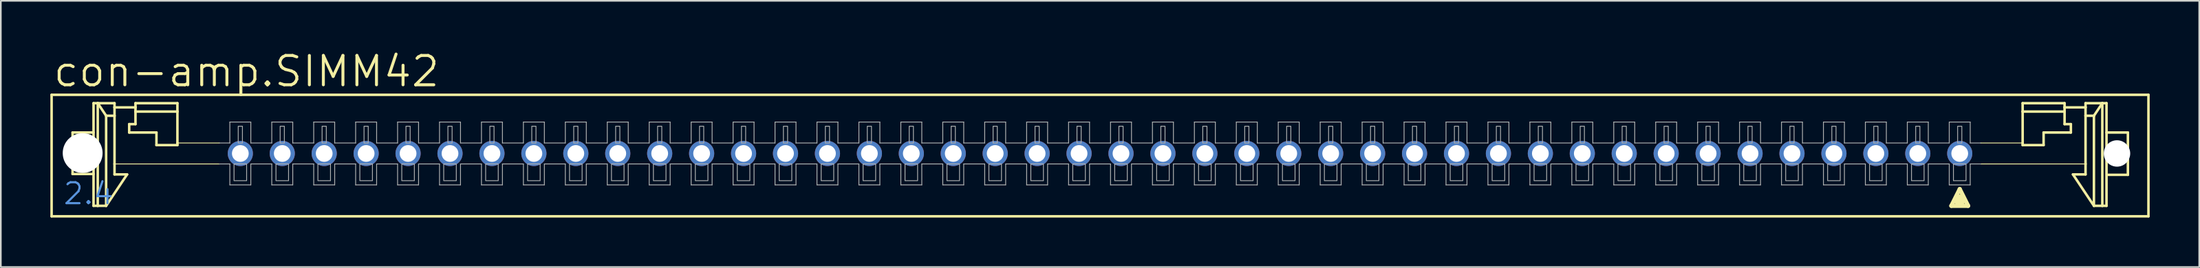
<source format=kicad_pcb>
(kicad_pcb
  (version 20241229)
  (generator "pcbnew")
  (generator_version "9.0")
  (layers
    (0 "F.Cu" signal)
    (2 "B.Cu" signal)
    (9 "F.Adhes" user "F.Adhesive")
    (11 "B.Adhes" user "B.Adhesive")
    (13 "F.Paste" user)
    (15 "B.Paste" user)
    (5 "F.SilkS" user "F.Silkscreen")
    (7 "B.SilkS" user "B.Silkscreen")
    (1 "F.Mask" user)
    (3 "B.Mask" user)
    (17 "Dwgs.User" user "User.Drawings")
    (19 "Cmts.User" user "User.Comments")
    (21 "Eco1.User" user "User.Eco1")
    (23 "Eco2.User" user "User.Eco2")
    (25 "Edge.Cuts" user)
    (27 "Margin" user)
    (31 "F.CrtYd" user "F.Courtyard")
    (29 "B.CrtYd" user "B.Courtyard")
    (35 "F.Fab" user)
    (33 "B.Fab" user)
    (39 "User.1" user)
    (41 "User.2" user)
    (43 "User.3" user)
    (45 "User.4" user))
  (footprint "con-amp.SIMM42"
    (layer "F.Cu")
    (at 63.576 6.255)
    (property "Reference" "con-amp.SIMM42" (at -63.5 -3.937 0) (layer "F.SilkS") (effects (font (size 1.778 1.778) (thickness 0.18)) (justify left bottom)))
    (attr through_hole)
    (fp_line (start -63.5 -3.556) (end -63.5 3.81) (stroke (width 0.152) (type default)) (layer "F.SilkS"))
    (fp_line (start -63.5 3.81) (end 63.5 3.81) (stroke (width 0.152) (type default)) (layer "F.SilkS"))
    (fp_line (start -62.23 -1.27) (end -62.23 1.245) (stroke (width 0.152) (type default)) (layer "F.SilkS"))
    (fp_line (start -62.23 1.245) (end -60.96 1.245) (stroke (width 0.152) (type default)) (layer "F.SilkS"))
    (fp_line (start -60.96 -3.048) (end -60.96 3.175) (stroke (width 0.152) (type default)) (layer "F.SilkS"))
    (fp_line (start -60.96 -3.048) (end -60.706 -3.048) (stroke (width 0.152) (type default)) (layer "F.SilkS"))
    (fp_line (start -60.96 -1.27) (end -62.23 -1.27) (stroke (width 0.152) (type default)) (layer "F.SilkS"))
    (fp_line (start -60.706 -3.048) (end -60.706 3.175) (stroke (width 0.152) (type default)) (layer "F.SilkS"))
    (fp_line (start -60.706 -3.048) (end -60.198 -2.286) (stroke (width 0.152) (type default)) (layer "F.SilkS"))
    (fp_line (start -60.706 -3.048) (end -59.69 -3.048) (stroke (width 0.152) (type default)) (layer "F.SilkS"))
    (fp_line (start -60.706 3.175) (end -60.96 3.175) (stroke (width 0.152) (type default)) (layer "F.SilkS"))
    (fp_line (start -60.198 3.175) (end -60.706 3.175) (stroke (width 0.152) (type default)) (layer "F.SilkS"))
    (fp_line (start -60.198 3.175) (end -60.198 -2.286) (stroke (width 0.152) (type default)) (layer "F.SilkS"))
    (fp_line (start -59.69 -3.048) (end -59.69 -2.794) (stroke (width 0.152) (type default)) (layer "F.SilkS"))
    (fp_line (start -59.69 -2.794) (end -59.69 -2.286) (stroke (width 0.152) (type default)) (layer "F.SilkS"))
    (fp_line (start -59.69 -2.794) (end -58.42 -2.794) (stroke (width 0.152) (type default)) (layer "F.SilkS"))
    (fp_line (start -59.69 -2.286) (end -60.198 -2.286) (stroke (width 0.152) (type default)) (layer "F.SilkS"))
    (fp_line (start -59.69 0.635) (end -59.69 -2.286) (stroke (width 0.152) (type default)) (layer "F.SilkS"))
    (fp_line (start -59.69 1.27) (end -59.69 0.635) (stroke (width 0.152) (type default)) (layer "F.SilkS"))
    (fp_line (start -59.69 1.27) (end -58.928 1.27) (stroke (width 0.152) (type default)) (layer "F.SilkS"))
    (fp_line (start -58.928 1.27) (end -60.198 3.175) (stroke (width 0.152) (type default)) (layer "F.SilkS"))
    (fp_line (start -58.801 -1.778) (end -58.42 -1.778) (stroke (width 0.152) (type default)) (layer "F.SilkS"))
    (fp_line (start -58.801 -1.27) (end -58.801 -1.778) (stroke (width 0.152) (type default)) (layer "F.SilkS"))
    (fp_line (start -58.42 -3.048) (end -55.88 -3.048) (stroke (width 0.152) (type default)) (layer "F.SilkS"))
    (fp_line (start -58.42 -2.794) (end -58.42 -3.048) (stroke (width 0.152) (type default)) (layer "F.SilkS"))
    (fp_line (start -58.42 -2.54) (end -58.42 -2.794) (stroke (width 0.152) (type default)) (layer "F.SilkS"))
    (fp_line (start -58.42 -2.54) (end -55.88 -2.54) (stroke (width 0.152) (type default)) (layer "F.SilkS"))
    (fp_line (start -58.42 -1.778) (end -58.42 -2.54) (stroke (width 0.152) (type default)) (layer "F.SilkS"))
    (fp_line (start -57.15 -1.27) (end -58.801 -1.27) (stroke (width 0.152) (type default)) (layer "F.SilkS"))
    (fp_line (start -57.15 -0.508) (end -57.15 -1.27) (stroke (width 0.152) (type default)) (layer "F.SilkS"))
    (fp_line (start -55.88 -3.048) (end -55.88 -2.54) (stroke (width 0.152) (type default)) (layer "F.SilkS"))
    (fp_line (start -55.88 -2.54) (end -55.88 -0.635) (stroke (width 0.152) (type default)) (layer "F.SilkS"))
    (fp_line (start -55.88 -0.635) (end -55.88 -0.508) (stroke (width 0.152) (type default)) (layer "F.SilkS"))
    (fp_line (start -55.88 -0.635) (end -53.34 -0.635) (stroke (width 0.051) (type default)) (layer "F.SilkS"))
    (fp_line (start -55.88 -0.508) (end -57.15 -0.508) (stroke (width 0.152) (type default)) (layer "F.SilkS"))
    (fp_line (start -53.34 0.635) (end -59.69 0.635) (stroke (width 0.051) (type default)) (layer "F.SilkS"))
    (fp_line (start 51.562 3.175) (end 52.578 3.175) (stroke (width 0.254) (type default)) (layer "F.SilkS"))
    (fp_line (start 52.07 2.159) (end 51.562 3.175) (stroke (width 0.254) (type default)) (layer "F.SilkS"))
    (fp_line (start 52.07 2.794) (end 52.07 2.921) (stroke (width 0.61) (type default)) (layer "F.SilkS"))
    (fp_line (start 52.578 3.175) (end 52.07 2.159) (stroke (width 0.254) (type default)) (layer "F.SilkS"))
    (fp_line (start 53.34 0.635) (end 59.69 0.635) (stroke (width 0.051) (type default)) (layer "F.SilkS"))
    (fp_line (start 55.88 -3.048) (end 55.88 -2.54) (stroke (width 0.152) (type default)) (layer "F.SilkS"))
    (fp_line (start 55.88 -2.54) (end 55.88 -0.635) (stroke (width 0.152) (type default)) (layer "F.SilkS"))
    (fp_line (start 55.88 -0.635) (end 53.34 -0.635) (stroke (width 0.051) (type default)) (layer "F.SilkS"))
    (fp_line (start 55.88 -0.635) (end 55.88 -0.508) (stroke (width 0.152) (type default)) (layer "F.SilkS"))
    (fp_line (start 55.88 -0.508) (end 57.15 -0.508) (stroke (width 0.152) (type default)) (layer "F.SilkS"))
    (fp_line (start 57.15 -1.27) (end 58.801 -1.27) (stroke (width 0.152) (type default)) (layer "F.SilkS"))
    (fp_line (start 57.15 -0.508) (end 57.15 -1.27) (stroke (width 0.152) (type default)) (layer "F.SilkS"))
    (fp_line (start 58.42 -3.048) (end 55.88 -3.048) (stroke (width 0.152) (type default)) (layer "F.SilkS"))
    (fp_line (start 58.42 -2.794) (end 58.42 -3.048) (stroke (width 0.152) (type default)) (layer "F.SilkS"))
    (fp_line (start 58.42 -2.54) (end 55.88 -2.54) (stroke (width 0.152) (type default)) (layer "F.SilkS"))
    (fp_line (start 58.42 -2.54) (end 58.42 -2.794) (stroke (width 0.152) (type default)) (layer "F.SilkS"))
    (fp_line (start 58.42 -1.778) (end 58.42 -2.54) (stroke (width 0.152) (type default)) (layer "F.SilkS"))
    (fp_line (start 58.801 -1.778) (end 58.42 -1.778) (stroke (width 0.152) (type default)) (layer "F.SilkS"))
    (fp_line (start 58.801 -1.27) (end 58.801 -1.778) (stroke (width 0.152) (type default)) (layer "F.SilkS"))
    (fp_line (start 58.928 1.27) (end 60.198 3.175) (stroke (width 0.152) (type default)) (layer "F.SilkS"))
    (fp_line (start 59.69 -3.048) (end 59.69 -2.794) (stroke (width 0.152) (type default)) (layer "F.SilkS"))
    (fp_line (start 59.69 -2.794) (end 58.42 -2.794) (stroke (width 0.152) (type default)) (layer "F.SilkS"))
    (fp_line (start 59.69 -2.794) (end 59.69 -2.286) (stroke (width 0.152) (type default)) (layer "F.SilkS"))
    (fp_line (start 59.69 -2.286) (end 59.69 0.635) (stroke (width 0.152) (type default)) (layer "F.SilkS"))
    (fp_line (start 59.69 -2.286) (end 60.198 -2.286) (stroke (width 0.152) (type default)) (layer "F.SilkS"))
    (fp_line (start 59.69 0.635) (end 59.69 1.27) (stroke (width 0.152) (type default)) (layer "F.SilkS"))
    (fp_line (start 59.69 1.27) (end 58.928 1.27) (stroke (width 0.152) (type default)) (layer "F.SilkS"))
    (fp_line (start 60.198 3.175) (end 60.198 -2.286) (stroke (width 0.152) (type default)) (layer "F.SilkS"))
    (fp_line (start 60.198 3.175) (end 60.706 3.175) (stroke (width 0.152) (type default)) (layer "F.SilkS"))
    (fp_line (start 60.706 -3.048) (end 59.69 -3.048) (stroke (width 0.152) (type default)) (layer "F.SilkS"))
    (fp_line (start 60.706 -3.048) (end 60.198 -2.286) (stroke (width 0.152) (type default)) (layer "F.SilkS"))
    (fp_line (start 60.706 -3.048) (end 60.706 3.175) (stroke (width 0.152) (type default)) (layer "F.SilkS"))
    (fp_line (start 60.706 3.175) (end 60.96 3.175) (stroke (width 0.152) (type default)) (layer "F.SilkS"))
    (fp_line (start 60.96 -3.048) (end 60.706 -3.048) (stroke (width 0.152) (type default)) (layer "F.SilkS"))
    (fp_line (start 60.96 -3.048) (end 60.96 3.175) (stroke (width 0.152) (type default)) (layer "F.SilkS"))
    (fp_line (start 60.96 -1.27) (end 62.255 -1.27) (stroke (width 0.152) (type default)) (layer "F.SilkS"))
    (fp_line (start 62.255 -1.27) (end 62.255 1.295) (stroke (width 0.152) (type default)) (layer "F.SilkS"))
    (fp_line (start 62.255 1.295) (end 61.062 1.295) (stroke (width 0.152) (type default)) (layer "F.SilkS"))
    (fp_line (start 63.5 -3.556) (end -63.5 -3.556) (stroke (width 0.152) (type default)) (layer "F.SilkS"))
    (fp_line (start 63.5 3.81) (end 63.5 -3.556) (stroke (width 0.152) (type default)) (layer "F.SilkS"))
    (fp_line (start -53.34 -0.635) (end -52.705 -0.635) (stroke (width 0.051) (type default)) (layer "F.Fab"))
    (fp_line (start -53.34 0.635) (end -52.705 0.635) (stroke (width 0.051) (type default)) (layer "F.Fab"))
    (fp_line (start -52.705 -1.905) (end -52.705 -0.635) (stroke (width 0.051) (type default)) (layer "F.Fab"))
    (fp_line (start -52.705 -1.905) (end -51.435 -1.905) (stroke (width 0.051) (type default)) (layer "F.Fab"))
    (fp_line (start -52.705 0.635) (end -52.705 1.905) (stroke (width 0.051) (type default)) (layer "F.Fab"))
    (fp_line (start -51.435 -1.905) (end -51.435 -0.635) (stroke (width 0.051) (type default)) (layer "F.Fab"))
    (fp_line (start -51.435 1.905) (end -52.705 1.905) (stroke (width 0.051) (type default)) (layer "F.Fab"))
    (fp_line (start -51.435 1.905) (end -51.435 0.635) (stroke (width 0.051) (type default)) (layer "F.Fab"))
    (fp_line (start -50.165 -0.635) (end -51.435 -0.635) (stroke (width 0.051) (type default)) (layer "F.Fab"))
    (fp_line (start -50.165 -0.635) (end -50.165 -1.905) (stroke (width 0.051) (type default)) (layer "F.Fab"))
    (fp_line (start -50.165 0.635) (end -51.435 0.635) (stroke (width 0.051) (type default)) (layer "F.Fab"))
    (fp_line (start -50.165 0.635) (end -50.165 1.905) (stroke (width 0.051) (type default)) (layer "F.Fab"))
    (fp_line (start -48.895 -1.905) (end -50.165 -1.905) (stroke (width 0.051) (type default)) (layer "F.Fab"))
    (fp_line (start -48.895 -1.905) (end -48.895 -0.635) (stroke (width 0.051) (type default)) (layer "F.Fab"))
    (fp_line (start -48.895 1.905) (end -50.165 1.905) (stroke (width 0.051) (type default)) (layer "F.Fab"))
    (fp_line (start -48.895 1.905) (end -48.895 0.635) (stroke (width 0.051) (type default)) (layer "F.Fab"))
    (fp_line (start -47.625 -0.635) (end -48.895 -0.635) (stroke (width 0.051) (type default)) (layer "F.Fab"))
    (fp_line (start -47.625 -0.635) (end -47.625 -1.905) (stroke (width 0.051) (type default)) (layer "F.Fab"))
    (fp_line (start -47.625 0.635) (end -48.895 0.635) (stroke (width 0.051) (type default)) (layer "F.Fab"))
    (fp_line (start -47.625 0.635) (end -47.625 1.905) (stroke (width 0.051) (type default)) (layer "F.Fab"))
    (fp_line (start -46.355 -1.905) (end -47.625 -1.905) (stroke (width 0.051) (type default)) (layer "F.Fab"))
    (fp_line (start -46.355 -1.905) (end -46.355 -0.635) (stroke (width 0.051) (type default)) (layer "F.Fab"))
    (fp_line (start -46.355 1.905) (end -47.625 1.905) (stroke (width 0.051) (type default)) (layer "F.Fab"))
    (fp_line (start -46.355 1.905) (end -46.355 0.635) (stroke (width 0.051) (type default)) (layer "F.Fab"))
    (fp_line (start -45.085 -0.635) (end -46.355 -0.635) (stroke (width 0.051) (type default)) (layer "F.Fab"))
    (fp_line (start -45.085 -0.635) (end -45.085 -1.905) (stroke (width 0.051) (type default)) (layer "F.Fab"))
    (fp_line (start -45.085 0.635) (end -46.355 0.635) (stroke (width 0.051) (type default)) (layer "F.Fab"))
    (fp_line (start -45.085 0.635) (end -45.085 1.905) (stroke (width 0.051) (type default)) (layer "F.Fab"))
    (fp_line (start -43.815 -1.905) (end -45.085 -1.905) (stroke (width 0.051) (type default)) (layer "F.Fab"))
    (fp_line (start -43.815 -1.905) (end -43.815 -0.635) (stroke (width 0.051) (type default)) (layer "F.Fab"))
    (fp_line (start -43.815 1.905) (end -45.085 1.905) (stroke (width 0.051) (type default)) (layer "F.Fab"))
    (fp_line (start -43.815 1.905) (end -43.815 0.635) (stroke (width 0.051) (type default)) (layer "F.Fab"))
    (fp_line (start -42.545 -0.635) (end -43.815 -0.635) (stroke (width 0.051) (type default)) (layer "F.Fab"))
    (fp_line (start -42.545 -0.635) (end -42.545 -1.905) (stroke (width 0.051) (type default)) (layer "F.Fab"))
    (fp_line (start -42.545 0.635) (end -43.815 0.635) (stroke (width 0.051) (type default)) (layer "F.Fab"))
    (fp_line (start -42.545 0.635) (end -42.545 1.905) (stroke (width 0.051) (type default)) (layer "F.Fab"))
    (fp_line (start -41.275 -1.905) (end -42.545 -1.905) (stroke (width 0.051) (type default)) (layer "F.Fab"))
    (fp_line (start -41.275 -1.905) (end -41.275 -0.635) (stroke (width 0.051) (type default)) (layer "F.Fab"))
    (fp_line (start -41.275 1.905) (end -42.545 1.905) (stroke (width 0.051) (type default)) (layer "F.Fab"))
    (fp_line (start -41.275 1.905) (end -41.275 0.635) (stroke (width 0.051) (type default)) (layer "F.Fab"))
    (fp_line (start -40.005 -0.635) (end -41.275 -0.635) (stroke (width 0.051) (type default)) (layer "F.Fab"))
    (fp_line (start -40.005 -0.635) (end -40.005 -1.905) (stroke (width 0.051) (type default)) (layer "F.Fab"))
    (fp_line (start -40.005 0.635) (end -41.275 0.635) (stroke (width 0.051) (type default)) (layer "F.Fab"))
    (fp_line (start -40.005 0.635) (end -40.005 1.905) (stroke (width 0.051) (type default)) (layer "F.Fab"))
    (fp_line (start -38.735 -1.905) (end -40.005 -1.905) (stroke (width 0.051) (type default)) (layer "F.Fab"))
    (fp_line (start -38.735 -1.905) (end -38.735 -0.635) (stroke (width 0.051) (type default)) (layer "F.Fab"))
    (fp_line (start -38.735 1.905) (end -40.005 1.905) (stroke (width 0.051) (type default)) (layer "F.Fab"))
    (fp_line (start -38.735 1.905) (end -38.735 0.635) (stroke (width 0.051) (type default)) (layer "F.Fab"))
    (fp_line (start -37.465 -0.635) (end -38.735 -0.635) (stroke (width 0.051) (type default)) (layer "F.Fab"))
    (fp_line (start -37.465 -0.635) (end -37.465 -1.905) (stroke (width 0.051) (type default)) (layer "F.Fab"))
    (fp_line (start -37.465 0.635) (end -38.735 0.635) (stroke (width 0.051) (type default)) (layer "F.Fab"))
    (fp_line (start -37.465 0.635) (end -37.465 1.905) (stroke (width 0.051) (type default)) (layer "F.Fab"))
    (fp_line (start -36.195 -1.905) (end -37.465 -1.905) (stroke (width 0.051) (type default)) (layer "F.Fab"))
    (fp_line (start -36.195 -1.905) (end -36.195 -0.635) (stroke (width 0.051) (type default)) (layer "F.Fab"))
    (fp_line (start -36.195 1.905) (end -37.465 1.905) (stroke (width 0.051) (type default)) (layer "F.Fab"))
    (fp_line (start -36.195 1.905) (end -36.195 0.635) (stroke (width 0.051) (type default)) (layer "F.Fab"))
    (fp_line (start -34.925 -0.635) (end -36.195 -0.635) (stroke (width 0.051) (type default)) (layer "F.Fab"))
    (fp_line (start -34.925 -0.635) (end -34.925 -1.905) (stroke (width 0.051) (type default)) (layer "F.Fab"))
    (fp_line (start -34.925 0.635) (end -36.195 0.635) (stroke (width 0.051) (type default)) (layer "F.Fab"))
    (fp_line (start -34.925 0.635) (end -34.925 1.905) (stroke (width 0.051) (type default)) (layer "F.Fab"))
    (fp_line (start -33.655 -1.905) (end -34.925 -1.905) (stroke (width 0.051) (type default)) (layer "F.Fab"))
    (fp_line (start -33.655 -1.905) (end -33.655 -0.635) (stroke (width 0.051) (type default)) (layer "F.Fab"))
    (fp_line (start -33.655 1.905) (end -34.925 1.905) (stroke (width 0.051) (type default)) (layer "F.Fab"))
    (fp_line (start -33.655 1.905) (end -33.655 0.635) (stroke (width 0.051) (type default)) (layer "F.Fab"))
    (fp_line (start -32.385 -0.635) (end -33.655 -0.635) (stroke (width 0.051) (type default)) (layer "F.Fab"))
    (fp_line (start -32.385 -0.635) (end -32.385 -1.905) (stroke (width 0.051) (type default)) (layer "F.Fab"))
    (fp_line (start -32.385 0.635) (end -33.655 0.635) (stroke (width 0.051) (type default)) (layer "F.Fab"))
    (fp_line (start -32.385 0.635) (end -32.385 1.905) (stroke (width 0.051) (type default)) (layer "F.Fab"))
    (fp_line (start -31.115 -1.905) (end -32.385 -1.905) (stroke (width 0.051) (type default)) (layer "F.Fab"))
    (fp_line (start -31.115 -1.905) (end -31.115 -0.635) (stroke (width 0.051) (type default)) (layer "F.Fab"))
    (fp_line (start -31.115 1.905) (end -32.385 1.905) (stroke (width 0.051) (type default)) (layer "F.Fab"))
    (fp_line (start -31.115 1.905) (end -31.115 0.635) (stroke (width 0.051) (type default)) (layer "F.Fab"))
    (fp_line (start -29.845 -0.635) (end -31.115 -0.635) (stroke (width 0.051) (type default)) (layer "F.Fab"))
    (fp_line (start -29.845 -0.635) (end -29.845 -1.905) (stroke (width 0.051) (type default)) (layer "F.Fab"))
    (fp_line (start -29.845 0.635) (end -31.115 0.635) (stroke (width 0.051) (type default)) (layer "F.Fab"))
    (fp_line (start -29.845 0.635) (end -29.845 1.905) (stroke (width 0.051) (type default)) (layer "F.Fab"))
    (fp_line (start -28.575 -1.905) (end -29.845 -1.905) (stroke (width 0.051) (type default)) (layer "F.Fab"))
    (fp_line (start -28.575 -1.905) (end -28.575 -0.635) (stroke (width 0.051) (type default)) (layer "F.Fab"))
    (fp_line (start -28.575 1.905) (end -29.845 1.905) (stroke (width 0.051) (type default)) (layer "F.Fab"))
    (fp_line (start -28.575 1.905) (end -28.575 0.635) (stroke (width 0.051) (type default)) (layer "F.Fab"))
    (fp_line (start -27.305 -0.635) (end -28.575 -0.635) (stroke (width 0.051) (type default)) (layer "F.Fab"))
    (fp_line (start -27.305 -0.635) (end -27.305 -1.905) (stroke (width 0.051) (type default)) (layer "F.Fab"))
    (fp_line (start -27.305 0.635) (end -28.575 0.635) (stroke (width 0.051) (type default)) (layer "F.Fab"))
    (fp_line (start -27.305 0.635) (end -27.305 1.905) (stroke (width 0.051) (type default)) (layer "F.Fab"))
    (fp_line (start -26.035 -1.905) (end -27.305 -1.905) (stroke (width 0.051) (type default)) (layer "F.Fab"))
    (fp_line (start -26.035 -1.905) (end -26.035 -0.635) (stroke (width 0.051) (type default)) (layer "F.Fab"))
    (fp_line (start -26.035 1.905) (end -27.305 1.905) (stroke (width 0.051) (type default)) (layer "F.Fab"))
    (fp_line (start -26.035 1.905) (end -26.035 0.635) (stroke (width 0.051) (type default)) (layer "F.Fab"))
    (fp_line (start -24.765 -0.635) (end -26.035 -0.635) (stroke (width 0.051) (type default)) (layer "F.Fab"))
    (fp_line (start -24.765 -0.635) (end -24.765 -1.905) (stroke (width 0.051) (type default)) (layer "F.Fab"))
    (fp_line (start -24.765 0.635) (end -26.035 0.635) (stroke (width 0.051) (type default)) (layer "F.Fab"))
    (fp_line (start -24.765 0.635) (end -24.765 1.905) (stroke (width 0.051) (type default)) (layer "F.Fab"))
    (fp_line (start -23.495 -1.905) (end -24.765 -1.905) (stroke (width 0.051) (type default)) (layer "F.Fab"))
    (fp_line (start -23.495 -1.905) (end -23.495 -0.635) (stroke (width 0.051) (type default)) (layer "F.Fab"))
    (fp_line (start -23.495 1.905) (end -24.765 1.905) (stroke (width 0.051) (type default)) (layer "F.Fab"))
    (fp_line (start -23.495 1.905) (end -23.495 0.635) (stroke (width 0.051) (type default)) (layer "F.Fab"))
    (fp_line (start -22.225 -0.635) (end -23.495 -0.635) (stroke (width 0.051) (type default)) (layer "F.Fab"))
    (fp_line (start -22.225 -0.635) (end -22.225 -1.905) (stroke (width 0.051) (type default)) (layer "F.Fab"))
    (fp_line (start -22.225 0.635) (end -23.495 0.635) (stroke (width 0.051) (type default)) (layer "F.Fab"))
    (fp_line (start -22.225 0.635) (end -22.225 1.905) (stroke (width 0.051) (type default)) (layer "F.Fab"))
    (fp_line (start -20.955 -1.905) (end -22.225 -1.905) (stroke (width 0.051) (type default)) (layer "F.Fab"))
    (fp_line (start -20.955 -1.905) (end -20.955 -0.635) (stroke (width 0.051) (type default)) (layer "F.Fab"))
    (fp_line (start -20.955 1.905) (end -22.225 1.905) (stroke (width 0.051) (type default)) (layer "F.Fab"))
    (fp_line (start -20.955 1.905) (end -20.955 0.635) (stroke (width 0.051) (type default)) (layer "F.Fab"))
    (fp_line (start -19.685 -0.635) (end -20.955 -0.635) (stroke (width 0.051) (type default)) (layer "F.Fab"))
    (fp_line (start -19.685 -0.635) (end -19.685 -1.905) (stroke (width 0.051) (type default)) (layer "F.Fab"))
    (fp_line (start -19.685 0.635) (end -20.955 0.635) (stroke (width 0.051) (type default)) (layer "F.Fab"))
    (fp_line (start -19.685 0.635) (end -19.685 1.905) (stroke (width 0.051) (type default)) (layer "F.Fab"))
    (fp_line (start -18.415 -1.905) (end -19.685 -1.905) (stroke (width 0.051) (type default)) (layer "F.Fab"))
    (fp_line (start -18.415 -1.905) (end -18.415 -0.635) (stroke (width 0.051) (type default)) (layer "F.Fab"))
    (fp_line (start -18.415 1.905) (end -19.685 1.905) (stroke (width 0.051) (type default)) (layer "F.Fab"))
    (fp_line (start -18.415 1.905) (end -18.415 0.635) (stroke (width 0.051) (type default)) (layer "F.Fab"))
    (fp_line (start -17.145 -0.635) (end -18.415 -0.635) (stroke (width 0.051) (type default)) (layer "F.Fab"))
    (fp_line (start -17.145 -0.635) (end -17.145 -1.905) (stroke (width 0.051) (type default)) (layer "F.Fab"))
    (fp_line (start -17.145 0.635) (end -18.415 0.635) (stroke (width 0.051) (type default)) (layer "F.Fab"))
    (fp_line (start -17.145 0.635) (end -17.145 1.905) (stroke (width 0.051) (type default)) (layer "F.Fab"))
    (fp_line (start -15.875 -1.905) (end -17.145 -1.905) (stroke (width 0.051) (type default)) (layer "F.Fab"))
    (fp_line (start -15.875 -1.905) (end -15.875 -0.635) (stroke (width 0.051) (type default)) (layer "F.Fab"))
    (fp_line (start -15.875 1.905) (end -17.145 1.905) (stroke (width 0.051) (type default)) (layer "F.Fab"))
    (fp_line (start -15.875 1.905) (end -15.875 0.635) (stroke (width 0.051) (type default)) (layer "F.Fab"))
    (fp_line (start -14.605 -0.635) (end -15.875 -0.635) (stroke (width 0.051) (type default)) (layer "F.Fab"))
    (fp_line (start -14.605 -0.635) (end -14.605 -1.905) (stroke (width 0.051) (type default)) (layer "F.Fab"))
    (fp_line (start -14.605 0.635) (end -15.875 0.635) (stroke (width 0.051) (type default)) (layer "F.Fab"))
    (fp_line (start -14.605 0.635) (end -14.605 1.905) (stroke (width 0.051) (type default)) (layer "F.Fab"))
    (fp_line (start -13.335 -1.905) (end -14.605 -1.905) (stroke (width 0.051) (type default)) (layer "F.Fab"))
    (fp_line (start -13.335 -1.905) (end -13.335 -0.635) (stroke (width 0.051) (type default)) (layer "F.Fab"))
    (fp_line (start -13.335 1.905) (end -14.605 1.905) (stroke (width 0.051) (type default)) (layer "F.Fab"))
    (fp_line (start -13.335 1.905) (end -13.335 0.635) (stroke (width 0.051) (type default)) (layer "F.Fab"))
    (fp_line (start -12.065 -0.635) (end -13.335 -0.635) (stroke (width 0.051) (type default)) (layer "F.Fab"))
    (fp_line (start -12.065 -0.635) (end -12.065 -1.905) (stroke (width 0.051) (type default)) (layer "F.Fab"))
    (fp_line (start -12.065 0.635) (end -13.335 0.635) (stroke (width 0.051) (type default)) (layer "F.Fab"))
    (fp_line (start -12.065 0.635) (end -12.065 1.905) (stroke (width 0.051) (type default)) (layer "F.Fab"))
    (fp_line (start -10.795 -1.905) (end -12.065 -1.905) (stroke (width 0.051) (type default)) (layer "F.Fab"))
    (fp_line (start -10.795 -1.905) (end -10.795 -0.635) (stroke (width 0.051) (type default)) (layer "F.Fab"))
    (fp_line (start -10.795 1.905) (end -12.065 1.905) (stroke (width 0.051) (type default)) (layer "F.Fab"))
    (fp_line (start -10.795 1.905) (end -10.795 0.635) (stroke (width 0.051) (type default)) (layer "F.Fab"))
    (fp_line (start -9.525 -0.635) (end -10.795 -0.635) (stroke (width 0.051) (type default)) (layer "F.Fab"))
    (fp_line (start -9.525 -0.635) (end -9.525 -1.905) (stroke (width 0.051) (type default)) (layer "F.Fab"))
    (fp_line (start -9.525 0.635) (end -10.795 0.635) (stroke (width 0.051) (type default)) (layer "F.Fab"))
    (fp_line (start -9.525 0.635) (end -9.525 1.905) (stroke (width 0.051) (type default)) (layer "F.Fab"))
    (fp_line (start -8.255 -1.905) (end -9.525 -1.905) (stroke (width 0.051) (type default)) (layer "F.Fab"))
    (fp_line (start -8.255 -1.905) (end -8.255 -0.635) (stroke (width 0.051) (type default)) (layer "F.Fab"))
    (fp_line (start -8.255 1.905) (end -9.525 1.905) (stroke (width 0.051) (type default)) (layer "F.Fab"))
    (fp_line (start -8.255 1.905) (end -8.255 0.635) (stroke (width 0.051) (type default)) (layer "F.Fab"))
    (fp_line (start -6.985 -0.635) (end -8.255 -0.635) (stroke (width 0.051) (type default)) (layer "F.Fab"))
    (fp_line (start -6.985 -0.635) (end -6.985 -1.905) (stroke (width 0.051) (type default)) (layer "F.Fab"))
    (fp_line (start -6.985 0.635) (end -8.255 0.635) (stroke (width 0.051) (type default)) (layer "F.Fab"))
    (fp_line (start -6.985 0.635) (end -6.985 1.905) (stroke (width 0.051) (type default)) (layer "F.Fab"))
    (fp_line (start -5.715 -1.905) (end -6.985 -1.905) (stroke (width 0.051) (type default)) (layer "F.Fab"))
    (fp_line (start -5.715 -1.905) (end -5.715 -0.635) (stroke (width 0.051) (type default)) (layer "F.Fab"))
    (fp_line (start -5.715 1.905) (end -6.985 1.905) (stroke (width 0.051) (type default)) (layer "F.Fab"))
    (fp_line (start -5.715 1.905) (end -5.715 0.635) (stroke (width 0.051) (type default)) (layer "F.Fab"))
    (fp_line (start -4.445 -0.635) (end -5.715 -0.635) (stroke (width 0.051) (type default)) (layer "F.Fab"))
    (fp_line (start -4.445 -0.635) (end -4.445 -1.905) (stroke (width 0.051) (type default)) (layer "F.Fab"))
    (fp_line (start -4.445 0.635) (end -5.715 0.635) (stroke (width 0.051) (type default)) (layer "F.Fab"))
    (fp_line (start -4.445 0.635) (end -4.445 1.905) (stroke (width 0.051) (type default)) (layer "F.Fab"))
    (fp_line (start -3.175 -1.905) (end -4.445 -1.905) (stroke (width 0.051) (type default)) (layer "F.Fab"))
    (fp_line (start -3.175 -1.905) (end -3.175 -0.635) (stroke (width 0.051) (type default)) (layer "F.Fab"))
    (fp_line (start -3.175 1.905) (end -4.445 1.905) (stroke (width 0.051) (type default)) (layer "F.Fab"))
    (fp_line (start -3.175 1.905) (end -3.175 0.635) (stroke (width 0.051) (type default)) (layer "F.Fab"))
    (fp_line (start -1.905 -1.905) (end -0.635 -1.905) (stroke (width 0.051) (type default)) (layer "F.Fab"))
    (fp_line (start -1.905 -0.635) (end -3.175 -0.635) (stroke (width 0.051) (type default)) (layer "F.Fab"))
    (fp_line (start -1.905 -0.635) (end -1.905 -1.905) (stroke (width 0.051) (type default)) (layer "F.Fab"))
    (fp_line (start -1.905 0.635) (end -3.175 0.635) (stroke (width 0.051) (type default)) (layer "F.Fab"))
    (fp_line (start -1.905 1.905) (end -1.905 0.635) (stroke (width 0.051) (type default)) (layer "F.Fab"))
    (fp_line (start -1.905 1.905) (end -0.635 1.905) (stroke (width 0.051) (type default)) (layer "F.Fab"))
    (fp_line (start -0.635 -1.905) (end -0.635 -0.635) (stroke (width 0.051) (type default)) (layer "F.Fab"))
    (fp_line (start -0.635 -0.635) (end 0.635 -0.635) (stroke (width 0.051) (type default)) (layer "F.Fab"))
    (fp_line (start -0.635 0.635) (end 0.635 0.635) (stroke (width 0.051) (type default)) (layer "F.Fab"))
    (fp_line (start -0.635 1.905) (end -0.635 0.635) (stroke (width 0.051) (type default)) (layer "F.Fab"))
    (fp_line (start 0.635 -1.905) (end 1.905 -1.905) (stroke (width 0.051) (type default)) (layer "F.Fab"))
    (fp_line (start 0.635 -0.635) (end 0.635 -1.905) (stroke (width 0.051) (type default)) (layer "F.Fab"))
    (fp_line (start 0.635 0.635) (end 0.635 1.905) (stroke (width 0.051) (type default)) (layer "F.Fab"))
    (fp_line (start 0.635 1.905) (end 1.905 1.905) (stroke (width 0.051) (type default)) (layer "F.Fab"))
    (fp_line (start 1.905 -1.905) (end 1.905 -0.635) (stroke (width 0.051) (type default)) (layer "F.Fab"))
    (fp_line (start 1.905 -0.635) (end 3.175 -0.635) (stroke (width 0.051) (type default)) (layer "F.Fab"))
    (fp_line (start 1.905 0.635) (end 1.905 1.905) (stroke (width 0.051) (type default)) (layer "F.Fab"))
    (fp_line (start 1.905 0.635) (end 3.175 0.635) (stroke (width 0.051) (type default)) (layer "F.Fab"))
    (fp_line (start 3.175 -0.635) (end 3.175 -1.905) (stroke (width 0.051) (type default)) (layer "F.Fab"))
    (fp_line (start 3.175 1.905) (end 3.175 0.635) (stroke (width 0.051) (type default)) (layer "F.Fab"))
    (fp_line (start 3.175 1.905) (end 4.445 1.905) (stroke (width 0.051) (type default)) (layer "F.Fab"))
    (fp_line (start 4.445 -1.905) (end 3.175 -1.905) (stroke (width 0.051) (type default)) (layer "F.Fab"))
    (fp_line (start 4.445 -1.905) (end 4.445 -0.635) (stroke (width 0.051) (type default)) (layer "F.Fab"))
    (fp_line (start 4.445 0.635) (end 5.715 0.635) (stroke (width 0.051) (type default)) (layer "F.Fab"))
    (fp_line (start 4.445 1.905) (end 4.445 0.635) (stroke (width 0.051) (type default)) (layer "F.Fab"))
    (fp_line (start 5.715 -0.635) (end 4.445 -0.635) (stroke (width 0.051) (type default)) (layer "F.Fab"))
    (fp_line (start 5.715 -0.635) (end 5.715 -1.905) (stroke (width 0.051) (type default)) (layer "F.Fab"))
    (fp_line (start 5.715 1.905) (end 5.715 0.635) (stroke (width 0.051) (type default)) (layer "F.Fab"))
    (fp_line (start 5.715 1.905) (end 6.985 1.905) (stroke (width 0.051) (type default)) (layer "F.Fab"))
    (fp_line (start 6.985 -1.905) (end 5.715 -1.905) (stroke (width 0.051) (type default)) (layer "F.Fab"))
    (fp_line (start 6.985 -1.905) (end 6.985 -0.635) (stroke (width 0.051) (type default)) (layer "F.Fab"))
    (fp_line (start 6.985 0.635) (end 8.255 0.635) (stroke (width 0.051) (type default)) (layer "F.Fab"))
    (fp_line (start 6.985 1.905) (end 6.985 0.635) (stroke (width 0.051) (type default)) (layer "F.Fab"))
    (fp_line (start 8.255 -0.635) (end 6.985 -0.635) (stroke (width 0.051) (type default)) (layer "F.Fab"))
    (fp_line (start 8.255 -0.635) (end 8.255 -1.905) (stroke (width 0.051) (type default)) (layer "F.Fab"))
    (fp_line (start 8.255 1.905) (end 8.255 0.635) (stroke (width 0.051) (type default)) (layer "F.Fab"))
    (fp_line (start 8.255 1.905) (end 9.525 1.905) (stroke (width 0.051) (type default)) (layer "F.Fab"))
    (fp_line (start 9.525 -1.905) (end 8.255 -1.905) (stroke (width 0.051) (type default)) (layer "F.Fab"))
    (fp_line (start 9.525 -1.905) (end 9.525 -0.635) (stroke (width 0.051) (type default)) (layer "F.Fab"))
    (fp_line (start 9.525 0.635) (end 10.795 0.635) (stroke (width 0.051) (type default)) (layer "F.Fab"))
    (fp_line (start 9.525 1.905) (end 9.525 0.635) (stroke (width 0.051) (type default)) (layer "F.Fab"))
    (fp_line (start 10.795 -0.635) (end 9.525 -0.635) (stroke (width 0.051) (type default)) (layer "F.Fab"))
    (fp_line (start 10.795 -0.635) (end 10.795 -1.905) (stroke (width 0.051) (type default)) (layer "F.Fab"))
    (fp_line (start 10.795 1.905) (end 10.795 0.635) (stroke (width 0.051) (type default)) (layer "F.Fab"))
    (fp_line (start 10.795 1.905) (end 12.065 1.905) (stroke (width 0.051) (type default)) (layer "F.Fab"))
    (fp_line (start 12.065 -1.905) (end 10.795 -1.905) (stroke (width 0.051) (type default)) (layer "F.Fab"))
    (fp_line (start 12.065 -1.905) (end 12.065 -0.635) (stroke (width 0.051) (type default)) (layer "F.Fab"))
    (fp_line (start 12.065 -0.635) (end 13.335 -0.635) (stroke (width 0.051) (type default)) (layer "F.Fab"))
    (fp_line (start 12.065 0.635) (end 13.335 0.635) (stroke (width 0.051) (type default)) (layer "F.Fab"))
    (fp_line (start 12.065 1.905) (end 12.065 0.635) (stroke (width 0.051) (type default)) (layer "F.Fab"))
    (fp_line (start 13.335 -0.635) (end 13.335 -1.905) (stroke (width 0.051) (type default)) (layer "F.Fab"))
    (fp_line (start 13.335 1.905) (end 13.335 0.635) (stroke (width 0.051) (type default)) (layer "F.Fab"))
    (fp_line (start 13.335 1.905) (end 14.605 1.905) (stroke (width 0.051) (type default)) (layer "F.Fab"))
    (fp_line (start 14.605 -1.905) (end 13.335 -1.905) (stroke (width 0.051) (type default)) (layer "F.Fab"))
    (fp_line (start 14.605 -1.905) (end 14.605 -0.635) (stroke (width 0.051) (type default)) (layer "F.Fab"))
    (fp_line (start 14.605 0.635) (end 14.605 1.905) (stroke (width 0.051) (type default)) (layer "F.Fab"))
    (fp_line (start 14.605 0.635) (end 15.875 0.635) (stroke (width 0.051) (type default)) (layer "F.Fab"))
    (fp_line (start 15.875 -0.635) (end 14.605 -0.635) (stroke (width 0.051) (type default)) (layer "F.Fab"))
    (fp_line (start 15.875 -0.635) (end 15.875 -1.905) (stroke (width 0.051) (type default)) (layer "F.Fab"))
    (fp_line (start 15.875 1.905) (end 15.875 0.635) (stroke (width 0.051) (type default)) (layer "F.Fab"))
    (fp_line (start 15.875 1.905) (end 17.145 1.905) (stroke (width 0.051) (type default)) (layer "F.Fab"))
    (fp_line (start 17.145 -1.905) (end 15.875 -1.905) (stroke (width 0.051) (type default)) (layer "F.Fab"))
    (fp_line (start 17.145 -1.905) (end 17.145 -0.635) (stroke (width 0.051) (type default)) (layer "F.Fab"))
    (fp_line (start 17.145 0.635) (end 17.145 1.905) (stroke (width 0.051) (type default)) (layer "F.Fab"))
    (fp_line (start 17.145 0.635) (end 18.415 0.635) (stroke (width 0.051) (type default)) (layer "F.Fab"))
    (fp_line (start 18.415 -0.635) (end 17.145 -0.635) (stroke (width 0.051) (type default)) (layer "F.Fab"))
    (fp_line (start 18.415 -0.635) (end 18.415 -1.905) (stroke (width 0.051) (type default)) (layer "F.Fab"))
    (fp_line (start 18.415 0.635) (end 18.415 1.905) (stroke (width 0.051) (type default)) (layer "F.Fab"))
    (fp_line (start 18.415 1.905) (end 19.685 1.905) (stroke (width 0.051) (type default)) (layer "F.Fab"))
    (fp_line (start 19.685 -1.905) (end 18.415 -1.905) (stroke (width 0.051) (type default)) (layer "F.Fab"))
    (fp_line (start 19.685 -1.905) (end 19.685 -0.635) (stroke (width 0.051) (type default)) (layer "F.Fab"))
    (fp_line (start 19.685 0.635) (end 19.685 1.905) (stroke (width 0.051) (type default)) (layer "F.Fab"))
    (fp_line (start 19.685 0.635) (end 20.955 0.635) (stroke (width 0.051) (type default)) (layer "F.Fab"))
    (fp_line (start 20.955 -0.635) (end 19.685 -0.635) (stroke (width 0.051) (type default)) (layer "F.Fab"))
    (fp_line (start 20.955 -0.635) (end 20.955 -1.905) (stroke (width 0.051) (type default)) (layer "F.Fab"))
    (fp_line (start 20.955 1.905) (end 20.955 0.635) (stroke (width 0.051) (type default)) (layer "F.Fab"))
    (fp_line (start 20.955 1.905) (end 22.225 1.905) (stroke (width 0.051) (type default)) (layer "F.Fab"))
    (fp_line (start 22.225 -1.905) (end 20.955 -1.905) (stroke (width 0.051) (type default)) (layer "F.Fab"))
    (fp_line (start 22.225 -1.905) (end 22.225 -0.635) (stroke (width 0.051) (type default)) (layer "F.Fab"))
    (fp_line (start 22.225 0.635) (end 22.225 1.905) (stroke (width 0.051) (type default)) (layer "F.Fab"))
    (fp_line (start 22.225 0.635) (end 23.495 0.635) (stroke (width 0.051) (type default)) (layer "F.Fab"))
    (fp_line (start 23.495 -0.635) (end 22.225 -0.635) (stroke (width 0.051) (type default)) (layer "F.Fab"))
    (fp_line (start 23.495 -0.635) (end 23.495 -1.905) (stroke (width 0.051) (type default)) (layer "F.Fab"))
    (fp_line (start 23.495 1.905) (end 23.495 0.635) (stroke (width 0.051) (type default)) (layer "F.Fab"))
    (fp_line (start 23.495 1.905) (end 24.765 1.905) (stroke (width 0.051) (type default)) (layer "F.Fab"))
    (fp_line (start 24.765 -1.905) (end 23.495 -1.905) (stroke (width 0.051) (type default)) (layer "F.Fab"))
    (fp_line (start 24.765 -1.905) (end 24.765 -0.635) (stroke (width 0.051) (type default)) (layer "F.Fab"))
    (fp_line (start 24.765 0.635) (end 24.765 1.905) (stroke (width 0.051) (type default)) (layer "F.Fab"))
    (fp_line (start 24.765 0.635) (end 26.035 0.635) (stroke (width 0.051) (type default)) (layer "F.Fab"))
    (fp_line (start 26.035 -0.635) (end 24.765 -0.635) (stroke (width 0.051) (type default)) (layer "F.Fab"))
    (fp_line (start 26.035 -0.635) (end 26.035 -1.905) (stroke (width 0.051) (type default)) (layer "F.Fab"))
    (fp_line (start 26.035 1.905) (end 26.035 0.635) (stroke (width 0.051) (type default)) (layer "F.Fab"))
    (fp_line (start 26.035 1.905) (end 27.305 1.905) (stroke (width 0.051) (type default)) (layer "F.Fab"))
    (fp_line (start 27.305 -1.905) (end 26.035 -1.905) (stroke (width 0.051) (type default)) (layer "F.Fab"))
    (fp_line (start 27.305 -1.905) (end 27.305 -0.635) (stroke (width 0.051) (type default)) (layer "F.Fab"))
    (fp_line (start 27.305 0.635) (end 28.575 0.635) (stroke (width 0.051) (type default)) (layer "F.Fab"))
    (fp_line (start 27.305 1.905) (end 27.305 0.635) (stroke (width 0.051) (type default)) (layer "F.Fab"))
    (fp_line (start 28.575 -0.635) (end 27.305 -0.635) (stroke (width 0.051) (type default)) (layer "F.Fab"))
    (fp_line (start 28.575 -0.635) (end 28.575 -1.905) (stroke (width 0.051) (type default)) (layer "F.Fab"))
    (fp_line (start 28.575 1.905) (end 28.575 0.635) (stroke (width 0.051) (type default)) (layer "F.Fab"))
    (fp_line (start 28.575 1.905) (end 29.845 1.905) (stroke (width 0.051) (type default)) (layer "F.Fab"))
    (fp_line (start 29.845 -1.905) (end 28.575 -1.905) (stroke (width 0.051) (type default)) (layer "F.Fab"))
    (fp_line (start 29.845 -1.905) (end 29.845 -0.635) (stroke (width 0.051) (type default)) (layer "F.Fab"))
    (fp_line (start 29.845 -0.635) (end 31.115 -0.635) (stroke (width 0.051) (type default)) (layer "F.Fab"))
    (fp_line (start 29.845 0.635) (end 31.115 0.635) (stroke (width 0.051) (type default)) (layer "F.Fab"))
    (fp_line (start 29.845 1.905) (end 29.845 0.635) (stroke (width 0.051) (type default)) (layer "F.Fab"))
    (fp_line (start 31.115 -0.635) (end 31.115 -1.905) (stroke (width 0.051) (type default)) (layer "F.Fab"))
    (fp_line (start 31.115 1.905) (end 31.115 0.635) (stroke (width 0.051) (type default)) (layer "F.Fab"))
    (fp_line (start 31.115 1.905) (end 32.385 1.905) (stroke (width 0.051) (type default)) (layer "F.Fab"))
    (fp_line (start 32.385 -1.905) (end 31.115 -1.905) (stroke (width 0.051) (type default)) (layer "F.Fab"))
    (fp_line (start 32.385 -1.905) (end 32.385 -0.635) (stroke (width 0.051) (type default)) (layer "F.Fab"))
    (fp_line (start 32.385 0.635) (end 32.385 1.905) (stroke (width 0.051) (type default)) (layer "F.Fab"))
    (fp_line (start 32.385 0.635) (end 33.655 0.635) (stroke (width 0.051) (type default)) (layer "F.Fab"))
    (fp_line (start 33.655 -0.635) (end 32.385 -0.635) (stroke (width 0.051) (type default)) (layer "F.Fab"))
    (fp_line (start 33.655 -0.635) (end 33.655 -1.905) (stroke (width 0.051) (type default)) (layer "F.Fab"))
    (fp_line (start 33.655 0.635) (end 33.655 1.905) (stroke (width 0.051) (type default)) (layer "F.Fab"))
    (fp_line (start 33.655 1.905) (end 34.925 1.905) (stroke (width 0.051) (type default)) (layer "F.Fab"))
    (fp_line (start 34.925 -1.905) (end 33.655 -1.905) (stroke (width 0.051) (type default)) (layer "F.Fab"))
    (fp_line (start 34.925 -1.905) (end 34.925 -0.635) (stroke (width 0.051) (type default)) (layer "F.Fab"))
    (fp_line (start 34.925 0.635) (end 34.925 1.905) (stroke (width 0.051) (type default)) (layer "F.Fab"))
    (fp_line (start 34.925 0.635) (end 36.195 0.635) (stroke (width 0.051) (type default)) (layer "F.Fab"))
    (fp_line (start 36.195 -0.635) (end 34.925 -0.635) (stroke (width 0.051) (type default)) (layer "F.Fab"))
    (fp_line (start 36.195 -0.635) (end 36.195 -1.905) (stroke (width 0.051) (type default)) (layer "F.Fab"))
    (fp_line (start 36.195 0.635) (end 36.195 1.905) (stroke (width 0.051) (type default)) (layer "F.Fab"))
    (fp_line (start 36.195 1.905) (end 37.465 1.905) (stroke (width 0.051) (type default)) (layer "F.Fab"))
    (fp_line (start 37.465 -1.905) (end 36.195 -1.905) (stroke (width 0.051) (type default)) (layer "F.Fab"))
    (fp_line (start 37.465 -1.905) (end 37.465 -0.635) (stroke (width 0.051) (type default)) (layer "F.Fab"))
    (fp_line (start 37.465 0.635) (end 37.465 1.905) (stroke (width 0.051) (type default)) (layer "F.Fab"))
    (fp_line (start 37.465 0.635) (end 38.735 0.635) (stroke (width 0.051) (type default)) (layer "F.Fab"))
    (fp_line (start 38.735 -0.635) (end 37.465 -0.635) (stroke (width 0.051) (type default)) (layer "F.Fab"))
    (fp_line (start 38.735 -0.635) (end 38.735 -1.905) (stroke (width 0.051) (type default)) (layer "F.Fab"))
    (fp_line (start 38.735 0.635) (end 38.735 1.905) (stroke (width 0.051) (type default)) (layer "F.Fab"))
    (fp_line (start 38.735 1.905) (end 40.005 1.905) (stroke (width 0.051) (type default)) (layer "F.Fab"))
    (fp_line (start 40.005 -1.905) (end 38.735 -1.905) (stroke (width 0.051) (type default)) (layer "F.Fab"))
    (fp_line (start 40.005 -1.905) (end 40.005 -0.635) (stroke (width 0.051) (type default)) (layer "F.Fab"))
    (fp_line (start 40.005 0.635) (end 41.275 0.635) (stroke (width 0.051) (type default)) (layer "F.Fab"))
    (fp_line (start 40.005 1.905) (end 40.005 0.635) (stroke (width 0.051) (type default)) (layer "F.Fab"))
    (fp_line (start 41.275 -0.635) (end 40.005 -0.635) (stroke (width 0.051) (type default)) (layer "F.Fab"))
    (fp_line (start 41.275 -0.635) (end 41.275 -1.905) (stroke (width 0.051) (type default)) (layer "F.Fab"))
    (fp_line (start 41.275 1.905) (end 41.275 0.635) (stroke (width 0.051) (type default)) (layer "F.Fab"))
    (fp_line (start 41.275 1.905) (end 42.545 1.905) (stroke (width 0.051) (type default)) (layer "F.Fab"))
    (fp_line (start 42.545 -1.905) (end 41.275 -1.905) (stroke (width 0.051) (type default)) (layer "F.Fab"))
    (fp_line (start 42.545 -1.905) (end 42.545 -0.635) (stroke (width 0.051) (type default)) (layer "F.Fab"))
    (fp_line (start 42.545 0.635) (end 43.815 0.635) (stroke (width 0.051) (type default)) (layer "F.Fab"))
    (fp_line (start 42.545 1.905) (end 42.545 0.635) (stroke (width 0.051) (type default)) (layer "F.Fab"))
    (fp_line (start 43.815 -0.635) (end 42.545 -0.635) (stroke (width 0.051) (type default)) (layer "F.Fab"))
    (fp_line (start 43.815 -0.635) (end 43.815 -1.905) (stroke (width 0.051) (type default)) (layer "F.Fab"))
    (fp_line (start 43.815 0.635) (end 43.815 1.905) (stroke (width 0.051) (type default)) (layer "F.Fab"))
    (fp_line (start 43.815 1.905) (end 45.085 1.905) (stroke (width 0.051) (type default)) (layer "F.Fab"))
    (fp_line (start 45.085 -1.905) (end 43.815 -1.905) (stroke (width 0.051) (type default)) (layer "F.Fab"))
    (fp_line (start 45.085 -1.905) (end 45.085 -0.635) (stroke (width 0.051) (type default)) (layer "F.Fab"))
    (fp_line (start 45.085 0.635) (end 46.355 0.635) (stroke (width 0.051) (type default)) (layer "F.Fab"))
    (fp_line (start 45.085 1.905) (end 45.085 0.635) (stroke (width 0.051) (type default)) (layer "F.Fab"))
    (fp_line (start 46.355 -0.635) (end 45.085 -0.635) (stroke (width 0.051) (type default)) (layer "F.Fab"))
    (fp_line (start 46.355 -0.635) (end 46.355 -1.905) (stroke (width 0.051) (type default)) (layer "F.Fab"))
    (fp_line (start 46.355 0.635) (end 46.355 1.905) (stroke (width 0.051) (type default)) (layer "F.Fab"))
    (fp_line (start 46.355 1.905) (end 47.625 1.905) (stroke (width 0.051) (type default)) (layer "F.Fab"))
    (fp_line (start 47.625 -1.905) (end 46.355 -1.905) (stroke (width 0.051) (type default)) (layer "F.Fab"))
    (fp_line (start 47.625 -1.905) (end 47.625 -0.635) (stroke (width 0.051) (type default)) (layer "F.Fab"))
    (fp_line (start 47.625 0.635) (end 47.625 1.905) (stroke (width 0.051) (type default)) (layer "F.Fab"))
    (fp_line (start 47.625 0.635) (end 48.895 0.635) (stroke (width 0.051) (type default)) (layer "F.Fab"))
    (fp_line (start 48.895 -0.635) (end 47.625 -0.635) (stroke (width 0.051) (type default)) (layer "F.Fab"))
    (fp_line (start 48.895 -0.635) (end 48.895 -1.905) (stroke (width 0.051) (type default)) (layer "F.Fab"))
    (fp_line (start 48.895 0.635) (end 48.895 1.905) (stroke (width 0.051) (type default)) (layer "F.Fab"))
    (fp_line (start 48.895 1.905) (end 50.165 1.905) (stroke (width 0.051) (type default)) (layer "F.Fab"))
    (fp_line (start 50.165 -1.905) (end 48.895 -1.905) (stroke (width 0.051) (type default)) (layer "F.Fab"))
    (fp_line (start 50.165 -1.905) (end 50.165 -0.635) (stroke (width 0.051) (type default)) (layer "F.Fab"))
    (fp_line (start 50.165 0.635) (end 50.165 1.905) (stroke (width 0.051) (type default)) (layer "F.Fab"))
    (fp_line (start 50.165 0.635) (end 51.435 0.635) (stroke (width 0.051) (type default)) (layer "F.Fab"))
    (fp_line (start 51.435 -0.635) (end 50.165 -0.635) (stroke (width 0.051) (type default)) (layer "F.Fab"))
    (fp_line (start 51.435 -0.635) (end 51.435 -1.905) (stroke (width 0.051) (type default)) (layer "F.Fab"))
    (fp_line (start 51.435 0.635) (end 51.435 1.905) (stroke (width 0.051) (type default)) (layer "F.Fab"))
    (fp_line (start 51.435 1.905) (end 52.705 1.905) (stroke (width 0.051) (type default)) (layer "F.Fab"))
    (fp_line (start 52.705 -1.905) (end 51.435 -1.905) (stroke (width 0.051) (type default)) (layer "F.Fab"))
    (fp_line (start 52.705 -1.905) (end 52.705 -0.635) (stroke (width 0.051) (type default)) (layer "F.Fab"))
    (fp_line (start 52.705 1.905) (end 52.705 0.635) (stroke (width 0.051) (type default)) (layer "F.Fab"))
    (fp_line (start 53.34 -0.635) (end 52.705 -0.635) (stroke (width 0.051) (type default)) (layer "F.Fab"))
    (fp_line (start 53.34 0.635) (end 52.705 0.635) (stroke (width 0.051) (type default)) (layer "F.Fab"))
    (fp_rect (start -52.451 1.651) (end -51.689 0.635) (stroke (width 0.05) (type default)) (fill no) (layer "F.Fab"))
    (fp_rect (start -52.197 -0.635) (end -51.943 -1.651) (stroke (width 0.05) (type default)) (fill no) (layer "F.Fab"))
    (fp_rect (start -49.911 1.651) (end -49.149 0.635) (stroke (width 0.05) (type default)) (fill no) (layer "F.Fab"))
    (fp_rect (start -49.657 -0.635) (end -49.403 -1.651) (stroke (width 0.05) (type default)) (fill no) (layer "F.Fab"))
    (fp_rect (start -47.371 1.651) (end -46.609 0.635) (stroke (width 0.05) (type default)) (fill no) (layer "F.Fab"))
    (fp_rect (start -47.117 -0.635) (end -46.863 -1.651) (stroke (width 0.05) (type default)) (fill no) (layer "F.Fab"))
    (fp_rect (start -44.831 1.651) (end -44.069 0.635) (stroke (width 0.05) (type default)) (fill no) (layer "F.Fab"))
    (fp_rect (start -44.577 -0.635) (end -44.323 -1.651) (stroke (width 0.05) (type default)) (fill no) (layer "F.Fab"))
    (fp_rect (start -42.291 1.651) (end -41.529 0.635) (stroke (width 0.05) (type default)) (fill no) (layer "F.Fab"))
    (fp_rect (start -42.037 -0.635) (end -41.783 -1.651) (stroke (width 0.05) (type default)) (fill no) (layer "F.Fab"))
    (fp_rect (start -39.751 1.651) (end -38.989 0.635) (stroke (width 0.05) (type default)) (fill no) (layer "F.Fab"))
    (fp_rect (start -39.497 -0.635) (end -39.243 -1.651) (stroke (width 0.05) (type default)) (fill no) (layer "F.Fab"))
    (fp_rect (start -37.211 1.651) (end -36.449 0.635) (stroke (width 0.05) (type default)) (fill no) (layer "F.Fab"))
    (fp_rect (start -36.957 -0.635) (end -36.703 -1.651) (stroke (width 0.05) (type default)) (fill no) (layer "F.Fab"))
    (fp_rect (start -34.671 1.651) (end -33.909 0.635) (stroke (width 0.05) (type default)) (fill no) (layer "F.Fab"))
    (fp_rect (start -34.417 -0.635) (end -34.163 -1.651) (stroke (width 0.05) (type default)) (fill no) (layer "F.Fab"))
    (fp_rect (start -32.131 1.651) (end -31.369 0.635) (stroke (width 0.05) (type default)) (fill no) (layer "F.Fab"))
    (fp_rect (start -31.877 -0.635) (end -31.623 -1.651) (stroke (width 0.05) (type default)) (fill no) (layer "F.Fab"))
    (fp_rect (start -29.591 1.651) (end -28.829 0.635) (stroke (width 0.05) (type default)) (fill no) (layer "F.Fab"))
    (fp_rect (start -29.337 -0.635) (end -29.083 -1.651) (stroke (width 0.05) (type default)) (fill no) (layer "F.Fab"))
    (fp_rect (start -27.051 1.651) (end -26.289 0.635) (stroke (width 0.05) (type default)) (fill no) (layer "F.Fab"))
    (fp_rect (start -26.797 -0.635) (end -26.543 -1.651) (stroke (width 0.05) (type default)) (fill no) (layer "F.Fab"))
    (fp_rect (start -24.511 1.651) (end -23.749 0.635) (stroke (width 0.05) (type default)) (fill no) (layer "F.Fab"))
    (fp_rect (start -24.257 -0.635) (end -24.003 -1.651) (stroke (width 0.05) (type default)) (fill no) (layer "F.Fab"))
    (fp_rect (start -21.971 1.651) (end -21.209 0.635) (stroke (width 0.05) (type default)) (fill no) (layer "F.Fab"))
    (fp_rect (start -21.717 -0.635) (end -21.463 -1.651) (stroke (width 0.05) (type default)) (fill no) (layer "F.Fab"))
    (fp_rect (start -19.431 1.651) (end -18.669 0.635) (stroke (width 0.05) (type default)) (fill no) (layer "F.Fab"))
    (fp_rect (start -19.177 -0.635) (end -18.923 -1.651) (stroke (width 0.05) (type default)) (fill no) (layer "F.Fab"))
    (fp_rect (start -16.891 1.651) (end -16.129 0.635) (stroke (width 0.05) (type default)) (fill no) (layer "F.Fab"))
    (fp_rect (start -16.637 -0.635) (end -16.383 -1.651) (stroke (width 0.05) (type default)) (fill no) (layer "F.Fab"))
    (fp_rect (start -14.351 1.651) (end -13.589 0.635) (stroke (width 0.05) (type default)) (fill no) (layer "F.Fab"))
    (fp_rect (start -14.097 -0.635) (end -13.843 -1.651) (stroke (width 0.05) (type default)) (fill no) (layer "F.Fab"))
    (fp_rect (start -11.811 1.651) (end -11.049 0.635) (stroke (width 0.05) (type default)) (fill no) (layer "F.Fab"))
    (fp_rect (start -11.557 -0.635) (end -11.303 -1.651) (stroke (width 0.05) (type default)) (fill no) (layer "F.Fab"))
    (fp_rect (start -9.271 1.651) (end -8.509 0.635) (stroke (width 0.05) (type default)) (fill no) (layer "F.Fab"))
    (fp_rect (start -9.017 -0.635) (end -8.763 -1.651) (stroke (width 0.05) (type default)) (fill no) (layer "F.Fab"))
    (fp_rect (start -6.731 1.651) (end -5.969 0.635) (stroke (width 0.05) (type default)) (fill no) (layer "F.Fab"))
    (fp_rect (start -6.477 -0.635) (end -6.223 -1.651) (stroke (width 0.05) (type default)) (fill no) (layer "F.Fab"))
    (fp_rect (start -4.191 1.651) (end -3.429 0.635) (stroke (width 0.05) (type default)) (fill no) (layer "F.Fab"))
    (fp_rect (start -3.937 -0.635) (end -3.683 -1.651) (stroke (width 0.05) (type default)) (fill no) (layer "F.Fab"))
    (fp_rect (start -1.651 1.651) (end -0.889 0.635) (stroke (width 0.05) (type default)) (fill no) (layer "F.Fab"))
    (fp_rect (start -1.397 -0.635) (end -1.143 -1.651) (stroke (width 0.05) (type default)) (fill no) (layer "F.Fab"))
    (fp_rect (start 0.889 1.651) (end 1.651 0.635) (stroke (width 0.05) (type default)) (fill no) (layer "F.Fab"))
    (fp_rect (start 1.143 -0.635) (end 1.397 -1.651) (stroke (width 0.05) (type default)) (fill no) (layer "F.Fab"))
    (fp_rect (start 3.429 1.651) (end 4.191 0.635) (stroke (width 0.05) (type default)) (fill no) (layer "F.Fab"))
    (fp_rect (start 3.683 -0.635) (end 3.937 -1.651) (stroke (width 0.05) (type default)) (fill no) (layer "F.Fab"))
    (fp_rect (start 5.969 1.651) (end 6.731 0.635) (stroke (width 0.05) (type default)) (fill no) (layer "F.Fab"))
    (fp_rect (start 6.223 -0.635) (end 6.477 -1.651) (stroke (width 0.05) (type default)) (fill no) (layer "F.Fab"))
    (fp_rect (start 8.509 1.651) (end 9.271 0.635) (stroke (width 0.05) (type default)) (fill no) (layer "F.Fab"))
    (fp_rect (start 8.763 -0.635) (end 9.017 -1.651) (stroke (width 0.05) (type default)) (fill no) (layer "F.Fab"))
    (fp_rect (start 11.049 1.651) (end 11.811 0.635) (stroke (width 0.05) (type default)) (fill no) (layer "F.Fab"))
    (fp_rect (start 11.303 -0.635) (end 11.557 -1.651) (stroke (width 0.05) (type default)) (fill no) (layer "F.Fab"))
    (fp_rect (start 13.589 1.651) (end 14.351 0.635) (stroke (width 0.05) (type default)) (fill no) (layer "F.Fab"))
    (fp_rect (start 13.843 -0.635) (end 14.097 -1.651) (stroke (width 0.05) (type default)) (fill no) (layer "F.Fab"))
    (fp_rect (start 16.129 1.651) (end 16.891 0.635) (stroke (width 0.05) (type default)) (fill no) (layer "F.Fab"))
    (fp_rect (start 16.383 -0.635) (end 16.637 -1.651) (stroke (width 0.05) (type default)) (fill no) (layer "F.Fab"))
    (fp_rect (start 18.669 1.651) (end 19.431 0.635) (stroke (width 0.05) (type default)) (fill no) (layer "F.Fab"))
    (fp_rect (start 18.923 -0.635) (end 19.177 -1.651) (stroke (width 0.05) (type default)) (fill no) (layer "F.Fab"))
    (fp_rect (start 21.209 1.651) (end 21.971 0.635) (stroke (width 0.05) (type default)) (fill no) (layer "F.Fab"))
    (fp_rect (start 21.463 -0.635) (end 21.717 -1.651) (stroke (width 0.05) (type default)) (fill no) (layer "F.Fab"))
    (fp_rect (start 23.749 1.651) (end 24.511 0.635) (stroke (width 0.05) (type default)) (fill no) (layer "F.Fab"))
    (fp_rect (start 24.003 -0.635) (end 24.257 -1.651) (stroke (width 0.05) (type default)) (fill no) (layer "F.Fab"))
    (fp_rect (start 26.289 1.651) (end 27.051 0.635) (stroke (width 0.05) (type default)) (fill no) (layer "F.Fab"))
    (fp_rect (start 26.543 -0.635) (end 26.797 -1.651) (stroke (width 0.05) (type default)) (fill no) (layer "F.Fab"))
    (fp_rect (start 28.829 1.651) (end 29.591 0.635) (stroke (width 0.05) (type default)) (fill no) (layer "F.Fab"))
    (fp_rect (start 29.083 -0.635) (end 29.337 -1.651) (stroke (width 0.05) (type default)) (fill no) (layer "F.Fab"))
    (fp_rect (start 31.369 1.651) (end 32.131 0.635) (stroke (width 0.05) (type default)) (fill no) (layer "F.Fab"))
    (fp_rect (start 31.623 -0.635) (end 31.877 -1.651) (stroke (width 0.05) (type default)) (fill no) (layer "F.Fab"))
    (fp_rect (start 33.909 1.651) (end 34.671 0.635) (stroke (width 0.05) (type default)) (fill no) (layer "F.Fab"))
    (fp_rect (start 34.163 -0.635) (end 34.417 -1.651) (stroke (width 0.05) (type default)) (fill no) (layer "F.Fab"))
    (fp_rect (start 36.449 1.651) (end 37.211 0.635) (stroke (width 0.05) (type default)) (fill no) (layer "F.Fab"))
    (fp_rect (start 36.703 -0.635) (end 36.957 -1.651) (stroke (width 0.05) (type default)) (fill no) (layer "F.Fab"))
    (fp_rect (start 38.989 1.651) (end 39.751 0.635) (stroke (width 0.05) (type default)) (fill no) (layer "F.Fab"))
    (fp_rect (start 39.243 -0.635) (end 39.497 -1.651) (stroke (width 0.05) (type default)) (fill no) (layer "F.Fab"))
    (fp_rect (start 41.529 1.651) (end 42.291 0.635) (stroke (width 0.05) (type default)) (fill no) (layer "F.Fab"))
    (fp_rect (start 41.783 -0.635) (end 42.037 -1.651) (stroke (width 0.05) (type default)) (fill no) (layer "F.Fab"))
    (fp_rect (start 44.069 1.651) (end 44.831 0.635) (stroke (width 0.05) (type default)) (fill no) (layer "F.Fab"))
    (fp_rect (start 44.323 -0.635) (end 44.577 -1.651) (stroke (width 0.05) (type default)) (fill no) (layer "F.Fab"))
    (fp_rect (start 46.609 1.651) (end 47.371 0.635) (stroke (width 0.05) (type default)) (fill no) (layer "F.Fab"))
    (fp_rect (start 46.863 -0.635) (end 47.117 -1.651) (stroke (width 0.05) (type default)) (fill no) (layer "F.Fab"))
    (fp_rect (start 49.149 1.651) (end 49.911 0.635) (stroke (width 0.05) (type default)) (fill no) (layer "F.Fab"))
    (fp_rect (start 49.403 -0.635) (end 49.657 -1.651) (stroke (width 0.05) (type default)) (fill no) (layer "F.Fab"))
    (fp_rect (start 51.689 1.651) (end 52.451 0.635) (stroke (width 0.05) (type default)) (fill no) (layer "F.Fab"))
    (fp_rect (start 51.943 -0.635) (end 52.197 -1.651) (stroke (width 0.05) (type default)) (fill no) (layer "F.Fab"))
    (fp_text user "2.4" (at -62.865 3.175 0) (layer "Cmts.User") (effects (font (size 1.27 1.27) (thickness 0.13)) (justify left bottom)))
    (pad "" np_thru_hole circle (at -61.62 -0.025) (size 2.413 2.413) (drill 2.413) (layers "*.Cu" "*.Mask"))
    (pad "" np_thru_hole circle (at 61.595 0) (size 1.6 1.6) (drill 1.6) (layers "*.Cu" "*.Mask"))
    (pad "1" thru_hole circle (at 52.07 0) (size 1.524 1.524) (drill 1.016) (layers "*.Cu" "*.Mask"))
    (pad "2" thru_hole circle (at 49.53 0) (size 1.524 1.524) (drill 1.016) (layers "*.Cu" "*.Mask"))
    (pad "3" thru_hole circle (at 46.99 0) (size 1.524 1.524) (drill 1.016) (layers "*.Cu" "*.Mask"))
    (pad "4" thru_hole circle (at 44.45 0) (size 1.524 1.524) (drill 1.016) (layers "*.Cu" "*.Mask"))
    (pad "5" thru_hole circle (at 41.91 0) (size 1.524 1.524) (drill 1.016) (layers "*.Cu" "*.Mask"))
    (pad "6" thru_hole circle (at 39.37 0) (size 1.524 1.524) (drill 1.016) (layers "*.Cu" "*.Mask"))
    (pad "7" thru_hole circle (at 36.83 0) (size 1.524 1.524) (drill 1.016) (layers "*.Cu" "*.Mask"))
    (pad "8" thru_hole circle (at 34.29 0) (size 1.524 1.524) (drill 1.016) (layers "*.Cu" "*.Mask"))
    (pad "9" thru_hole circle (at 31.75 0) (size 1.524 1.524) (drill 1.016) (layers "*.Cu" "*.Mask"))
    (pad "10" thru_hole circle (at 29.21 0) (size 1.524 1.524) (drill 1.016) (layers "*.Cu" "*.Mask"))
    (pad "11" thru_hole circle (at 26.67 0) (size 1.524 1.524) (drill 1.016) (layers "*.Cu" "*.Mask"))
    (pad "12" thru_hole circle (at 24.13 0) (size 1.524 1.524) (drill 1.016) (layers "*.Cu" "*.Mask"))
    (pad "13" thru_hole circle (at 21.59 0) (size 1.524 1.524) (drill 1.016) (layers "*.Cu" "*.Mask"))
    (pad "14" thru_hole circle (at 19.05 0) (size 1.524 1.524) (drill 1.016) (layers "*.Cu" "*.Mask"))
    (pad "15" thru_hole circle (at 16.51 0) (size 1.524 1.524) (drill 1.016) (layers "*.Cu" "*.Mask"))
    (pad "16" thru_hole circle (at 13.97 0) (size 1.524 1.524) (drill 1.016) (layers "*.Cu" "*.Mask"))
    (pad "17" thru_hole circle (at 11.43 0) (size 1.524 1.524) (drill 1.016) (layers "*.Cu" "*.Mask"))
    (pad "18" thru_hole circle (at 8.89 0) (size 1.524 1.524) (drill 1.016) (layers "*.Cu" "*.Mask"))
    (pad "19" thru_hole circle (at 6.35 0) (size 1.524 1.524) (drill 1.016) (layers "*.Cu" "*.Mask"))
    (pad "20" thru_hole circle (at 3.81 0) (size 1.524 1.524) (drill 1.016) (layers "*.Cu" "*.Mask"))
    (pad "21" thru_hole circle (at 1.27 0) (size 1.524 1.524) (drill 1.016) (layers "*.Cu" "*.Mask"))
    (pad "22" thru_hole circle (at -1.27 0) (size 1.524 1.524) (drill 1.016) (layers "*.Cu" "*.Mask"))
    (pad "23" thru_hole circle (at -3.81 0) (size 1.524 1.524) (drill 1.016) (layers "*.Cu" "*.Mask"))
    (pad "24" thru_hole circle (at -6.35 0) (size 1.524 1.524) (drill 1.016) (layers "*.Cu" "*.Mask"))
    (pad "25" thru_hole circle (at -8.89 0) (size 1.524 1.524) (drill 1.016) (layers "*.Cu" "*.Mask"))
    (pad "26" thru_hole circle (at -11.43 0) (size 1.524 1.524) (drill 1.016) (layers "*.Cu" "*.Mask"))
    (pad "27" thru_hole circle (at -13.97 0) (size 1.524 1.524) (drill 1.016) (layers "*.Cu" "*.Mask"))
    (pad "28" thru_hole circle (at -16.51 0) (size 1.524 1.524) (drill 1.016) (layers "*.Cu" "*.Mask"))
    (pad "29" thru_hole circle (at -19.05 0) (size 1.524 1.524) (drill 1.016) (layers "*.Cu" "*.Mask"))
    (pad "30" thru_hole circle (at -21.59 0) (size 1.524 1.524) (drill 1.016) (layers "*.Cu" "*.Mask"))
    (pad "31" thru_hole circle (at -24.13 0) (size 1.524 1.524) (drill 1.016) (layers "*.Cu" "*.Mask"))
    (pad "32" thru_hole circle (at -26.67 0) (size 1.524 1.524) (drill 1.016) (layers "*.Cu" "*.Mask"))
    (pad "33" thru_hole circle (at -29.21 0) (size 1.524 1.524) (drill 1.016) (layers "*.Cu" "*.Mask"))
    (pad "34" thru_hole circle (at -31.75 0) (size 1.524 1.524) (drill 1.016) (layers "*.Cu" "*.Mask"))
    (pad "35" thru_hole circle (at -34.29 0) (size 1.524 1.524) (drill 1.016) (layers "*.Cu" "*.Mask"))
    (pad "36" thru_hole circle (at -36.83 0) (size 1.524 1.524) (drill 1.016) (layers "*.Cu" "*.Mask"))
    (pad "37" thru_hole circle (at -39.37 0) (size 1.524 1.524) (drill 1.016) (layers "*.Cu" "*.Mask"))
    (pad "38" thru_hole circle (at -41.91 0) (size 1.524 1.524) (drill 1.016) (layers "*.Cu" "*.Mask"))
    (pad "39" thru_hole circle (at -44.45 0) (size 1.524 1.524) (drill 1.016) (layers "*.Cu" "*.Mask"))
    (pad "40" thru_hole circle (at -46.99 0) (size 1.524 1.524) (drill 1.016) (layers "*.Cu" "*.Mask"))
    (pad "41" thru_hole circle (at -49.53 0) (size 1.524 1.524) (drill 1.016) (layers "*.Cu" "*.Mask"))
    (pad "42" thru_hole circle (at -52.07 0) (size 1.524 1.524) (drill 1.016) (layers "*.Cu" "*.Mask")))
  (gr_rect
    (start -3 -3)
    (end 130.152 13.141)
    (stroke (width 0.1) (type default))
    (fill no)
    (layer "Edge.Cuts")))
</source>
